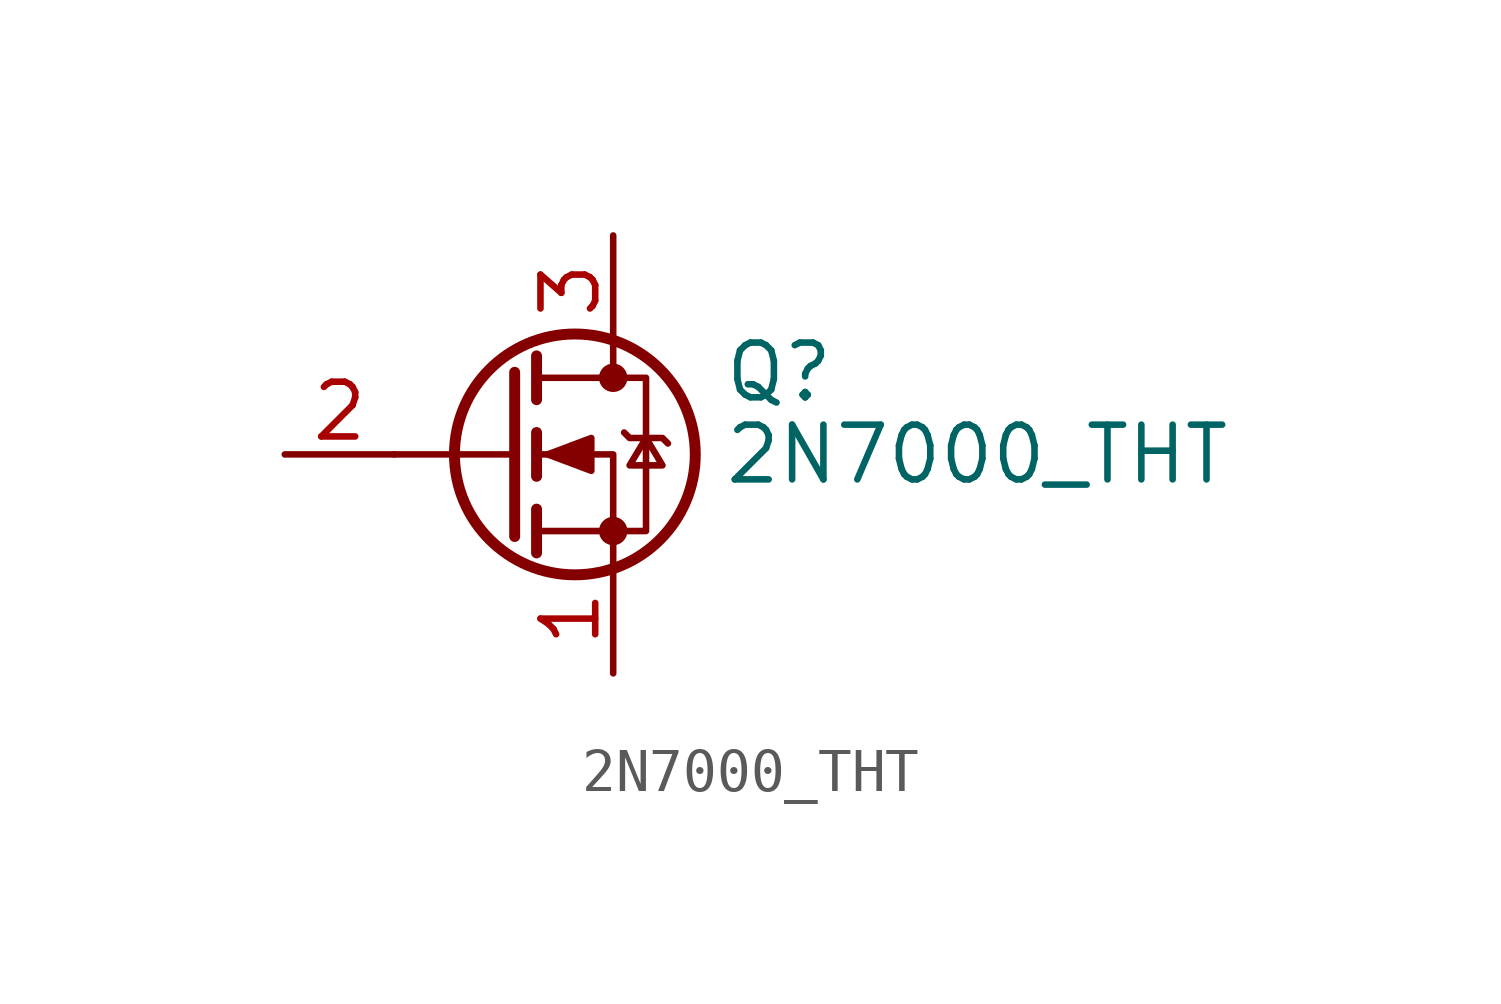
<source format=kicad_sym>
(kicad_symbol_lib
  (version 20231120)
  (generator "kicad_symbol_editor")
  (generator_version "8.0")
  (symbol "2N7000_THT"
    (pin_names hide)
    (property "Reference" "Q"
      (at 5.08 1.905 0)
      (effects (font (size 1.27 1.27)) (justify left)))
    (property "Value" "2N7000_THT"
      (at 5.08 0 0)
      (effects (font (size 1.27 1.27)) (justify left)))
    (symbol "2N7000_THT_0_1"
      (polyline (pts (xy 0.254 0) (xy -2.54 0)) (stroke (width 0) (type default)) (fill (type none)))
      (polyline (pts (xy 0.254 1.905) (xy 0.254 -1.905)) (stroke (width 0.254) (type default)) (fill (type none)))
      (polyline (pts (xy 0.762 -1.27) (xy 0.762 -2.286)) (stroke (width 0.254) (type default)) (fill (type none)))
      (polyline (pts (xy 0.762 0.508) (xy 0.762 -0.508)) (stroke (width 0.254) (type default)) (fill (type none)))
      (polyline (pts (xy 0.762 2.286) (xy 0.762 1.27)) (stroke (width 0.254) (type default)) (fill (type none)))
      (polyline (pts (xy 2.54 2.54) (xy 2.54 1.778)) (stroke (width 0) (type default)) (fill (type none)))
      (polyline (pts (xy 2.54 -2.54) (xy 2.54 0) (xy 0.762 0)) (stroke (width 0) (type default)) (fill (type none)))
      (polyline (pts (xy 0.762 -1.778) (xy 3.302 -1.778) (xy 3.302 1.778) (xy 0.762 1.778)) (stroke (width 0) (type default)) (fill (type none)))
      (polyline (pts (xy 1.016 0) (xy 2.032 0.381) (xy 2.032 -0.381) (xy 1.016 0)) (stroke (width 0) (type default)) (fill (type outline)))
      (polyline (pts (xy 2.794 0.508) (xy 2.921 0.381) (xy 3.683 0.381) (xy 3.81 0.254)) (stroke (width 0) (type default)) (fill (type none)))
      (polyline (pts (xy 3.302 0.381) (xy 2.921 -0.254) (xy 3.683 -0.254) (xy 3.302 0.381)) (stroke (width 0) (type default)) (fill (type none)))
      (circle (center 1.651 0) (radius 2.794) (stroke (width 0.254) (type default)) (fill (type none)))
      (circle (center 2.54 -1.778) (radius 0.254) (stroke (width 0) (type default)) (fill (type outline)))
      (circle (center 2.54 1.778) (radius 0.254) (stroke (width 0) (type default)) (fill (type outline))))
    (symbol "2N7000_THT_1_1"
      (pin passive line (at 2.54 -5.08 90) (length 2.54) (name "S" (effects (font (size 1.27 1.27)))) (number "1" (effects (font (size 1.27 1.27)))))
      (pin input line (at -5.08 0 0) (length 2.54) (name "G" (effects (font (size 1.27 1.27)))) (number "2" (effects (font (size 1.27 1.27)))))
      (pin passive line (at 2.54 5.08 270) (length 2.54) (name "D" (effects (font (size 1.27 1.27)))) (number "3" (effects (font (size 1.27 1.27))))))))
</source>
